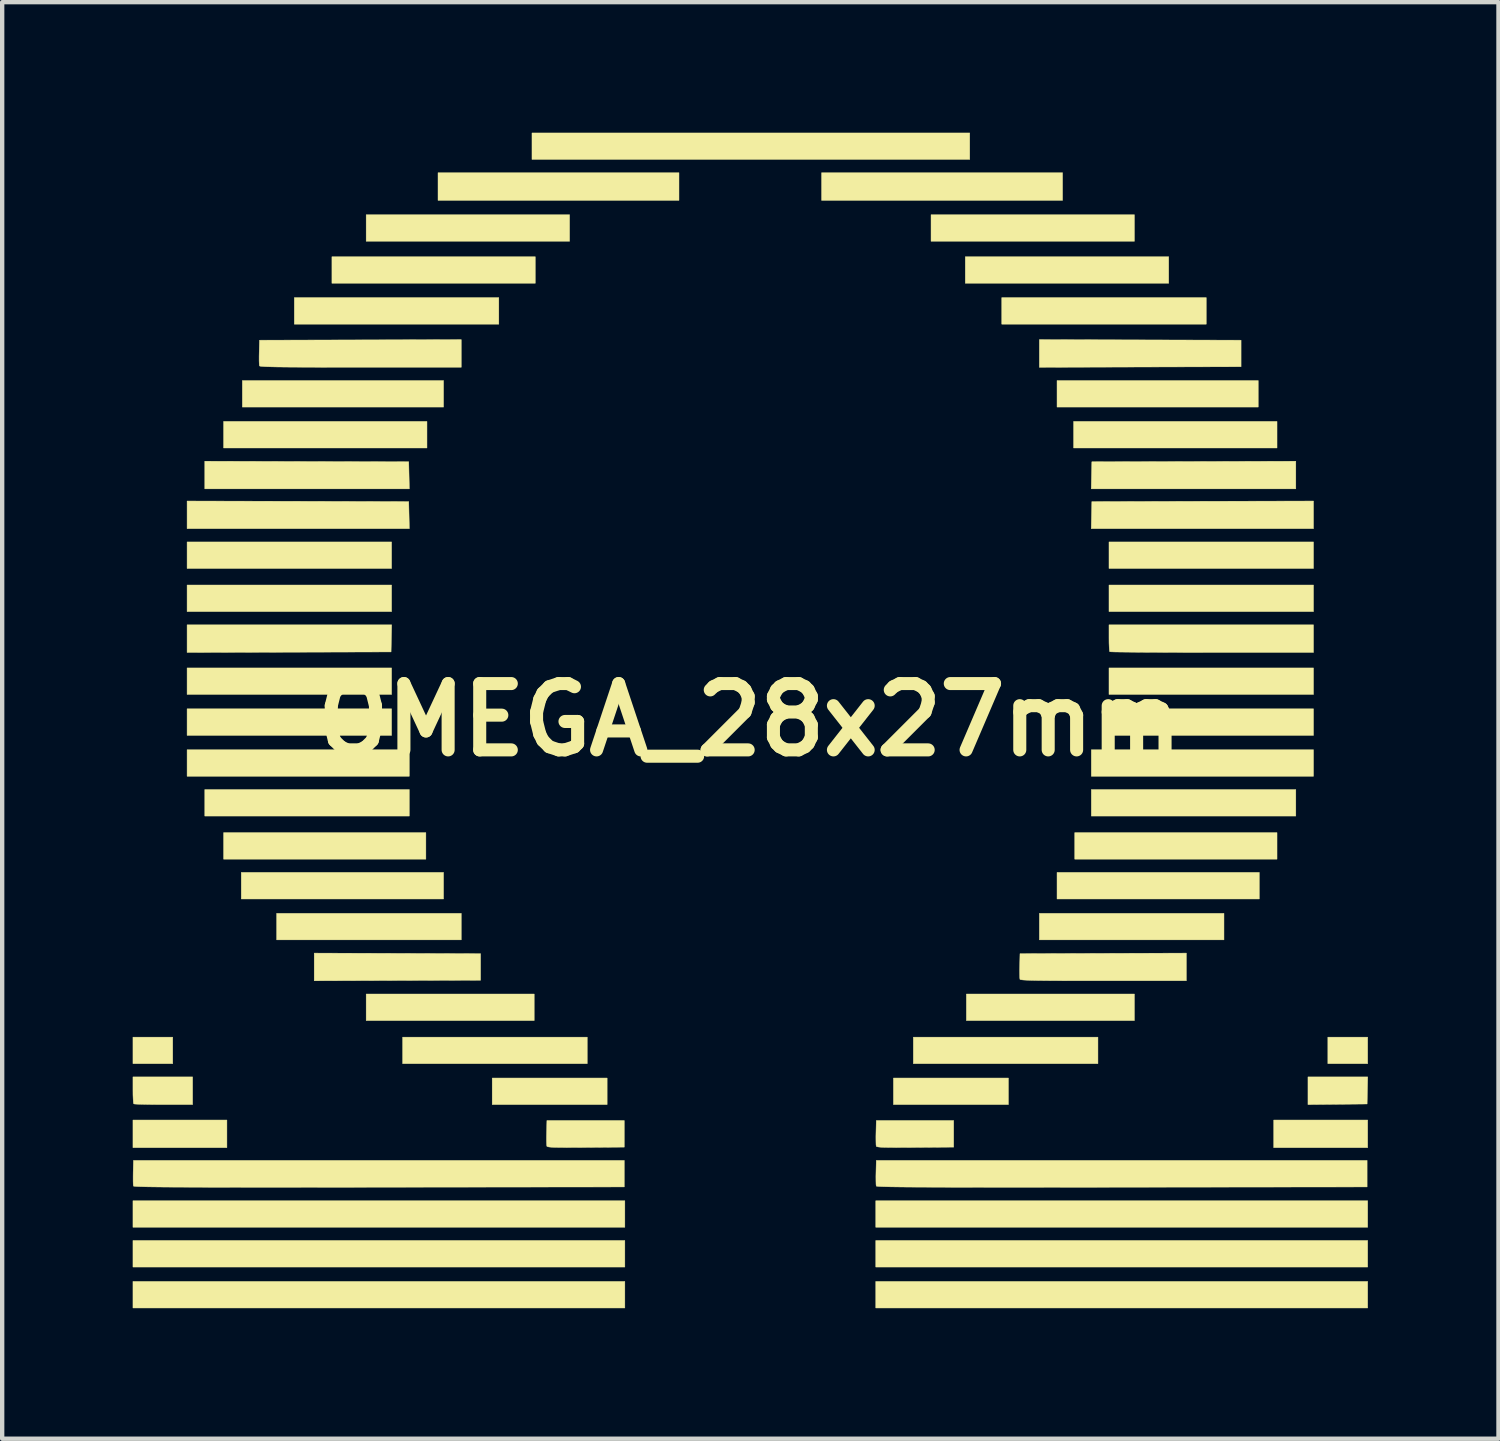
<source format=kicad_pcb>
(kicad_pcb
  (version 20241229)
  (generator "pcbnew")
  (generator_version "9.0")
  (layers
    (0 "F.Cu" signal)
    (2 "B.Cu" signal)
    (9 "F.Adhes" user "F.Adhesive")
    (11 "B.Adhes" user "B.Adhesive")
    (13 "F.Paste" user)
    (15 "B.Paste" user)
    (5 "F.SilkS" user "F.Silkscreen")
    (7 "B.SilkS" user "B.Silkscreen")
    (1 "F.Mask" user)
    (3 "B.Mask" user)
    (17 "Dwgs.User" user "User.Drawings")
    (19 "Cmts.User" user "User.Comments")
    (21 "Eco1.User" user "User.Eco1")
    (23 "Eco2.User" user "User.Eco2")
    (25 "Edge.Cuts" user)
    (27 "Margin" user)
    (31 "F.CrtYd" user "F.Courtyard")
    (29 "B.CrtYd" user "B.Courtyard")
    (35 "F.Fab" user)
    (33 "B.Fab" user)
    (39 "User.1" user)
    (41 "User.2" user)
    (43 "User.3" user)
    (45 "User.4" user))
  (footprint "OMEGA_28x27mm"
    (layer "F.Cu")
    (at 14.178 13.492)
    (property "Reference" "OMEGA_28x27mm" (at 0 0 0) (layer "F.SilkS") (effects (font (size 1.524 1.524) (thickness 0.3))))
    (attr through_hole)
    (fp_poly (pts (xy -13.259 7.899) (xy -14.173 7.899) (xy -14.173 7.29) (xy -13.259 7.29) (xy -13.259 7.899)) (stroke (width 0.01) (type solid)) (fill yes) (layer "F.SilkS"))
    (fp_poly (pts (xy -12.014 9.83) (xy -14.173 9.83) (xy -14.173 9.195) (xy -12.014 9.195) (xy -12.014 9.83)) (stroke (width 0.01) (type solid)) (fill yes) (layer "F.SilkS"))
    (fp_poly (pts (xy -8.23 -3.48) (xy -12.929 -3.48) (xy -12.929 -4.089) (xy -8.23 -4.089) (xy -8.23 -3.48)) (stroke (width 0.01) (type solid)) (fill yes) (layer "F.SilkS"))
    (fp_poly (pts (xy -8.23 -2.489) (xy -12.929 -2.489) (xy -12.929 -3.099) (xy -8.23 -3.099) (xy -8.23 -2.489)) (stroke (width 0.01) (type solid)) (fill yes) (layer "F.SilkS"))
    (fp_poly (pts (xy -8.23 -0.584) (xy -12.929 -0.584) (xy -12.929 -1.194) (xy -8.23 -1.194) (xy -8.23 -0.584)) (stroke (width 0.01) (type solid)) (fill yes) (layer "F.SilkS"))
    (fp_poly (pts (xy -8.23 0.356) (xy -12.929 0.356) (xy -12.929 -0.254) (xy -8.23 -0.254) (xy -8.23 0.356)) (stroke (width 0.01) (type solid)) (fill yes) (layer "F.SilkS"))
    (fp_poly (pts (xy -7.823 1.295) (xy -12.929 1.295) (xy -12.929 0.686) (xy -7.823 0.686) (xy -7.823 1.295)) (stroke (width 0.01) (type solid)) (fill yes) (layer "F.SilkS"))
    (fp_poly (pts (xy -7.823 2.21) (xy -12.522 2.21) (xy -12.522 1.6) (xy -7.823 1.6) (xy -7.823 2.21)) (stroke (width 0.01) (type solid)) (fill yes) (layer "F.SilkS"))
    (fp_poly (pts (xy -7.442 3.2) (xy -12.09 3.2) (xy -12.09 2.591) (xy -7.442 2.591) (xy -7.442 3.2)) (stroke (width 0.01) (type solid)) (fill yes) (layer "F.SilkS"))
    (fp_poly (pts (xy -7.417 -6.248) (xy -12.09 -6.248) (xy -12.09 -6.858) (xy -7.417 -6.858) (xy -7.417 -6.248)) (stroke (width 0.01) (type solid)) (fill yes) (layer "F.SilkS"))
    (fp_poly (pts (xy -7.036 -7.188) (xy -11.659 -7.188) (xy -11.659 -7.798) (xy -7.036 -7.798) (xy -7.036 -7.188)) (stroke (width 0.01) (type solid)) (fill yes) (layer "F.SilkS"))
    (fp_poly (pts (xy -7.036 4.115) (xy -11.684 4.115) (xy -11.684 3.505) (xy -7.036 3.505) (xy -7.036 4.115)) (stroke (width 0.01) (type solid)) (fill yes) (layer "F.SilkS"))
    (fp_poly (pts (xy -6.629 5.055) (xy -10.871 5.055) (xy -10.871 4.445) (xy -6.629 4.445) (xy -6.629 5.055)) (stroke (width 0.01) (type solid)) (fill yes) (layer "F.SilkS"))
    (fp_poly (pts (xy -5.766 -9.093) (xy -10.465 -9.093) (xy -10.465 -9.703) (xy -5.766 -9.703) (xy -5.766 -9.093)) (stroke (width 0.01) (type solid)) (fill yes) (layer "F.SilkS"))
    (fp_poly (pts (xy -4.953 6.909) (xy -8.814 6.909) (xy -8.814 6.299) (xy -4.953 6.299) (xy -4.953 6.909)) (stroke (width 0.01) (type solid)) (fill yes) (layer "F.SilkS"))
    (fp_poly (pts (xy -4.928 -10.033) (xy -9.601 -10.033) (xy -9.601 -10.643) (xy -4.928 -10.643) (xy -4.928 -10.033)) (stroke (width 0.01) (type solid)) (fill yes) (layer "F.SilkS"))
    (fp_poly (pts (xy -4.14 -10.998) (xy -8.814 -10.998) (xy -8.814 -11.608) (xy -4.14 -11.608) (xy -4.14 -10.998)) (stroke (width 0.01) (type solid)) (fill yes) (layer "F.SilkS"))
    (fp_poly (pts (xy -3.734 7.899) (xy -7.976 7.899) (xy -7.976 7.29) (xy -3.734 7.29) (xy -3.734 7.899)) (stroke (width 0.01) (type solid)) (fill yes) (layer "F.SilkS"))
    (fp_poly (pts (xy -3.277 8.839) (xy -5.918 8.839) (xy -5.918 8.23) (xy -3.277 8.23) (xy -3.277 8.839)) (stroke (width 0.01) (type solid)) (fill yes) (layer "F.SilkS"))
    (fp_poly (pts (xy -2.87 11.659) (xy -14.173 11.659) (xy -14.173 11.049) (xy -2.87 11.049) (xy -2.87 11.659)) (stroke (width 0.01) (type solid)) (fill yes) (layer "F.SilkS"))
    (fp_poly (pts (xy -2.87 12.573) (xy -14.173 12.573) (xy -14.173 11.963) (xy -2.87 11.963) (xy -2.87 12.573)) (stroke (width 0.01) (type solid)) (fill yes) (layer "F.SilkS"))
    (fp_poly (pts (xy -2.87 13.513) (xy -14.173 13.513) (xy -14.173 12.903) (xy -2.87 12.903) (xy -2.87 13.513)) (stroke (width 0.01) (type solid)) (fill yes) (layer "F.SilkS"))
    (fp_poly (pts (xy -1.626 -11.938) (xy -7.163 -11.938) (xy -7.163 -12.573) (xy -1.626 -12.573) (xy -1.626 -11.938)) (stroke (width 0.01) (type solid)) (fill yes) (layer "F.SilkS"))
    (fp_poly (pts (xy 5.055 -12.878) (xy -5.004 -12.878) (xy -5.004 -13.487) (xy 5.055 -13.487) (xy 5.055 -12.878)) (stroke (width 0.01) (type solid)) (fill yes) (layer "F.SilkS"))
    (fp_poly (pts (xy 5.944 8.839) (xy 3.302 8.839) (xy 3.302 8.23) (xy 5.944 8.23) (xy 5.944 8.839)) (stroke (width 0.01) (type solid)) (fill yes) (layer "F.SilkS"))
    (fp_poly (pts (xy 7.188 -11.938) (xy 1.651 -11.938) (xy 1.651 -12.573) (xy 7.188 -12.573) (xy 7.188 -11.938)) (stroke (width 0.01) (type solid)) (fill yes) (layer "F.SilkS"))
    (fp_poly (pts (xy 8.001 7.899) (xy 3.759 7.899) (xy 3.759 7.29) (xy 8.001 7.29) (xy 8.001 7.899)) (stroke (width 0.01) (type solid)) (fill yes) (layer "F.SilkS"))
    (fp_poly (pts (xy 8.839 -10.998) (xy 4.166 -10.998) (xy 4.166 -11.608) (xy 8.839 -11.608) (xy 8.839 -10.998)) (stroke (width 0.01) (type solid)) (fill yes) (layer "F.SilkS"))
    (fp_poly (pts (xy 8.839 6.909) (xy 4.978 6.909) (xy 4.978 6.299) (xy 8.839 6.299) (xy 8.839 6.909)) (stroke (width 0.01) (type solid)) (fill yes) (layer "F.SilkS"))
    (fp_poly (pts (xy 9.627 -10.033) (xy 4.953 -10.033) (xy 4.953 -10.643) (xy 9.627 -10.643) (xy 9.627 -10.033)) (stroke (width 0.01) (type solid)) (fill yes) (layer "F.SilkS"))
    (fp_poly (pts (xy 10.49 -9.093) (xy 5.791 -9.093) (xy 5.791 -9.703) (xy 10.49 -9.703) (xy 10.49 -9.093)) (stroke (width 0.01) (type solid)) (fill yes) (layer "F.SilkS"))
    (fp_poly (pts (xy 10.897 5.055) (xy 6.655 5.055) (xy 6.655 4.445) (xy 10.897 4.445) (xy 10.897 5.055)) (stroke (width 0.01) (type solid)) (fill yes) (layer "F.SilkS"))
    (fp_poly (pts (xy 11.684 -7.188) (xy 7.061 -7.188) (xy 7.061 -7.798) (xy 11.684 -7.798) (xy 11.684 -7.188)) (stroke (width 0.01) (type solid)) (fill yes) (layer "F.SilkS"))
    (fp_poly (pts (xy 11.709 4.115) (xy 7.061 4.115) (xy 7.061 3.505) (xy 11.709 3.505) (xy 11.709 4.115)) (stroke (width 0.01) (type solid)) (fill yes) (layer "F.SilkS"))
    (fp_poly (pts (xy 12.116 -6.248) (xy 7.442 -6.248) (xy 7.442 -6.858) (xy 12.116 -6.858) (xy 12.116 -6.248)) (stroke (width 0.01) (type solid)) (fill yes) (layer "F.SilkS"))
    (fp_poly (pts (xy 12.116 3.2) (xy 7.468 3.2) (xy 7.468 2.591) (xy 12.116 2.591) (xy 12.116 3.2)) (stroke (width 0.01) (type solid)) (fill yes) (layer "F.SilkS"))
    (fp_poly (pts (xy 12.548 2.21) (xy 7.849 2.21) (xy 7.849 1.6) (xy 12.548 1.6) (xy 12.548 2.21)) (stroke (width 0.01) (type solid)) (fill yes) (layer "F.SilkS"))
    (fp_poly (pts (xy 12.954 -3.48) (xy 8.255 -3.48) (xy 8.255 -4.089) (xy 12.954 -4.089) (xy 12.954 -3.48)) (stroke (width 0.01) (type solid)) (fill yes) (layer "F.SilkS"))
    (fp_poly (pts (xy 12.954 -2.489) (xy 8.255 -2.489) (xy 8.255 -3.099) (xy 12.954 -3.099) (xy 12.954 -2.489)) (stroke (width 0.01) (type solid)) (fill yes) (layer "F.SilkS"))
    (fp_poly (pts (xy 12.954 -0.584) (xy 8.255 -0.584) (xy 8.255 -1.194) (xy 12.954 -1.194) (xy 12.954 -0.584)) (stroke (width 0.01) (type solid)) (fill yes) (layer "F.SilkS"))
    (fp_poly (pts (xy 12.954 0.356) (xy 8.255 0.356) (xy 8.255 -0.254) (xy 12.954 -0.254) (xy 12.954 0.356)) (stroke (width 0.01) (type solid)) (fill yes) (layer "F.SilkS"))
    (fp_poly (pts (xy 12.954 1.295) (xy 7.849 1.295) (xy 7.849 0.686) (xy 12.954 0.686) (xy 12.954 1.295)) (stroke (width 0.01) (type solid)) (fill yes) (layer "F.SilkS"))
    (fp_poly (pts (xy 14.199 7.899) (xy 13.284 7.899) (xy 13.284 7.29) (xy 14.199 7.29) (xy 14.199 7.899)) (stroke (width 0.01) (type solid)) (fill yes) (layer "F.SilkS"))
    (fp_poly (pts (xy 14.199 9.83) (xy 12.04 9.83) (xy 12.04 9.195) (xy 14.199 9.195) (xy 14.199 9.83)) (stroke (width 0.01) (type solid)) (fill yes) (layer "F.SilkS"))
    (fp_poly (pts (xy 14.199 11.659) (xy 2.896 11.659) (xy 2.896 11.049) (xy 14.199 11.049) (xy 14.199 11.659)) (stroke (width 0.01) (type solid)) (fill yes) (layer "F.SilkS"))
    (fp_poly (pts (xy 14.199 12.573) (xy 2.896 12.573) (xy 2.896 11.963) (xy 14.199 11.963) (xy 14.199 12.573)) (stroke (width 0.01) (type solid)) (fill yes) (layer "F.SilkS"))
    (fp_poly (pts (xy 14.199 13.513) (xy 2.896 13.513) (xy 2.896 12.903) (xy 14.199 12.903) (xy 14.199 13.513)) (stroke (width 0.01) (type solid)) (fill yes) (layer "F.SilkS"))
    (fp_poly (pts (xy -8.235 -1.873) (xy -8.242 -1.562) (xy -12.929 -1.549) (xy -12.929 -2.184) (xy -8.228 -2.184) (xy -8.235 -1.873)) (stroke (width 0.01) (type solid)) (fill yes) (layer "F.SilkS"))
    (fp_poly (pts (xy -6.185 5.372) (xy -6.185 5.982) (xy -8.096 5.988) (xy -10.008 5.995) (xy -10.008 5.359) (xy -6.185 5.372)) (stroke (width 0.01) (type solid)) (fill yes) (layer "F.SilkS"))
    (fp_poly (pts (xy 11.29 -8.725) (xy 11.29 -8.115) (xy 8.973 -8.109) (xy 6.655 -8.102) (xy 6.655 -8.738) (xy 11.29 -8.725)) (stroke (width 0.01) (type solid)) (fill yes) (layer "F.SilkS"))
    (fp_poly (pts (xy 12.548 -5.309) (xy 7.847 -5.309) (xy 7.861 -5.931) (xy 10.204 -5.937) (xy 12.548 -5.944) (xy 12.548 -5.309)) (stroke (width 0.01) (type solid)) (fill yes) (layer "F.SilkS"))
    (fp_poly (pts (xy 12.954 -4.394) (xy 7.847 -4.394) (xy 7.861 -5.016) (xy 10.408 -5.023) (xy 12.954 -5.029) (xy 12.954 -4.394)) (stroke (width 0.01) (type solid)) (fill yes) (layer "F.SilkS"))
    (fp_poly (pts (xy -10.382 -5.023) (xy -7.836 -5.016) (xy -7.829 -4.705) (xy -7.822 -4.394) (xy -12.929 -4.394) (xy -12.929 -5.029) (xy -10.382 -5.023)) (stroke (width 0.01) (type solid)) (fill yes) (layer "F.SilkS"))
    (fp_poly (pts (xy -10.179 -5.937) (xy -7.836 -5.931) (xy -7.829 -5.62) (xy -7.822 -5.309) (xy -12.522 -5.309) (xy -12.522 -5.944) (xy -10.179 -5.937)) (stroke (width 0.01) (type solid)) (fill yes) (layer "F.SilkS"))
    (fp_poly (pts (xy 14.193 8.515) (xy 14.186 8.826) (xy 13.506 8.833) (xy 12.827 8.84) (xy 12.827 8.204) (xy 14.2 8.204) (xy 14.193 8.515)) (stroke (width 0.01) (type solid)) (fill yes) (layer "F.SilkS"))
    (fp_poly (pts (xy -12.802 8.839) (xy -13.47 8.839) (xy -13.65 8.839) (xy -13.812 8.837) (xy -13.951 8.834) (xy -14.059 8.831) (xy -14.13 8.827) (xy -14.156 8.822) (xy -14.163 8.792) (xy -14.168 8.721) (xy -14.172 8.62) (xy -14.173 8.505) (xy -14.173 8.204) (xy -12.802 8.204) (xy -12.802 8.839)) (stroke (width 0.01) (type solid)) (fill yes) (layer "F.SilkS"))
    (fp_poly (pts (xy -2.883 9.817) (xy -3.766 9.824) (xy -4.009 9.825) (xy -4.206 9.826) (xy -4.36 9.825) (xy -4.478 9.823) (xy -4.562 9.819) (xy -4.618 9.813) (xy -4.65 9.806) (xy -4.662 9.797) (xy -4.662 9.797) (xy -4.667 9.759) (xy -4.67 9.682) (xy -4.67 9.578) (xy -4.668 9.485) (xy -4.661 9.207) (xy -2.883 9.207) (xy -2.883 9.817)) (stroke (width 0.01) (type solid)) (fill yes) (layer "F.SilkS"))
    (fp_poly (pts (xy 4.686 9.817) (xy 3.803 9.824) (xy 3.56 9.825) (xy 3.364 9.826) (xy 3.209 9.825) (xy 3.092 9.823) (xy 3.007 9.819) (xy 2.951 9.813) (xy 2.919 9.806) (xy 2.907 9.797) (xy 2.907 9.797) (xy 2.902 9.759) (xy 2.9 9.682) (xy 2.899 9.578) (xy 2.901 9.485) (xy 2.908 9.207) (xy 4.686 9.207) (xy 4.686 9.817)) (stroke (width 0.01) (type solid)) (fill yes) (layer "F.SilkS"))
    (fp_poly (pts (xy 10.033 5.994) (xy 8.127 5.994) (xy 7.76 5.994) (xy 7.441 5.994) (xy 7.167 5.993) (xy 6.934 5.992) (xy 6.74 5.99) (xy 6.581 5.988) (xy 6.455 5.985) (xy 6.359 5.981) (xy 6.289 5.977) (xy 6.243 5.972) (xy 6.217 5.967) (xy 6.209 5.961) (xy 6.204 5.923) (xy 6.202 5.846) (xy 6.201 5.743) (xy 6.203 5.65) (xy 6.21 5.372) (xy 10.033 5.359) (xy 10.033 5.994)) (stroke (width 0.01) (type solid)) (fill yes) (layer "F.SilkS"))
    (fp_poly (pts (xy 12.954 -1.549) (xy 10.621 -1.549) (xy 10.282 -1.55) (xy 9.956 -1.55) (xy 9.649 -1.551) (xy 9.363 -1.552) (xy 9.103 -1.553) (xy 8.872 -1.555) (xy 8.673 -1.557) (xy 8.51 -1.559) (xy 8.386 -1.561) (xy 8.306 -1.564) (xy 8.273 -1.566) (xy 8.272 -1.566) (xy 8.265 -1.597) (xy 8.26 -1.668) (xy 8.256 -1.768) (xy 8.255 -1.884) (xy 8.255 -2.184) (xy 12.954 -2.184) (xy 12.954 -1.549)) (stroke (width 0.01) (type solid)) (fill yes) (layer "F.SilkS"))
    (fp_poly (pts (xy -6.629 -8.103) (xy -8.942 -8.103) (xy -9.348 -8.103) (xy -9.706 -8.103) (xy -10.019 -8.104) (xy -10.289 -8.105) (xy -10.52 -8.106) (xy -10.714 -8.108) (xy -10.873 -8.11) (xy -11.001 -8.113) (xy -11.101 -8.116) (xy -11.174 -8.12) (xy -11.224 -8.124) (xy -11.254 -8.129) (xy -11.266 -8.135) (xy -11.267 -8.136) (xy -11.271 -8.174) (xy -11.274 -8.251) (xy -11.274 -8.354) (xy -11.272 -8.447) (xy -11.265 -8.725) (xy -6.629 -8.738) (xy -6.629 -8.103)) (stroke (width 0.01) (type solid)) (fill yes) (layer "F.SilkS"))
    (fp_poly (pts (xy -2.883 10.732) (xy -8.516 10.738) (xy -9.162 10.739) (xy -9.759 10.739) (xy -10.308 10.74) (xy -10.813 10.74) (xy -11.273 10.74) (xy -11.692 10.74) (xy -12.07 10.739) (xy -12.411 10.739) (xy -12.714 10.738) (xy -12.983 10.737) (xy -13.219 10.736) (xy -13.424 10.735) (xy -13.6 10.733) (xy -13.748 10.731) (xy -13.87 10.729) (xy -13.969 10.726) (xy -14.045 10.724) (xy -14.1 10.721) (xy -14.137 10.717) (xy -14.157 10.714) (xy -14.162 10.711) (xy -14.167 10.673) (xy -14.169 10.596) (xy -14.169 10.493) (xy -14.168 10.4) (xy -14.161 10.122) (xy -2.883 10.122) (xy -2.883 10.732)) (stroke (width 0.01) (type solid)) (fill yes) (layer "F.SilkS"))
    (fp_poly (pts (xy 14.186 10.732) (xy 8.553 10.738) (xy 7.907 10.739) (xy 7.31 10.739) (xy 6.76 10.74) (xy 6.256 10.74) (xy 5.796 10.74) (xy 5.377 10.74) (xy 4.998 10.739) (xy 4.658 10.739) (xy 4.354 10.738) (xy 4.085 10.737) (xy 3.849 10.736) (xy 3.644 10.735) (xy 3.469 10.733) (xy 3.321 10.731) (xy 3.199 10.729) (xy 3.1 10.726) (xy 3.024 10.724) (xy 2.969 10.721) (xy 2.932 10.717) (xy 2.912 10.714) (xy 2.907 10.711) (xy 2.902 10.673) (xy 2.9 10.596) (xy 2.899 10.493) (xy 2.901 10.4) (xy 2.908 10.122) (xy 14.186 10.122) (xy 14.186 10.732)) (stroke (width 0.01) (type solid)) (fill yes) (layer "F.SilkS")))
  (gr_rect
    (start -3 -3)
    (end 31.383 30.01)
    (stroke (width 0.1) (type default))
    (fill no)
    (layer "Edge.Cuts")))
</source>
